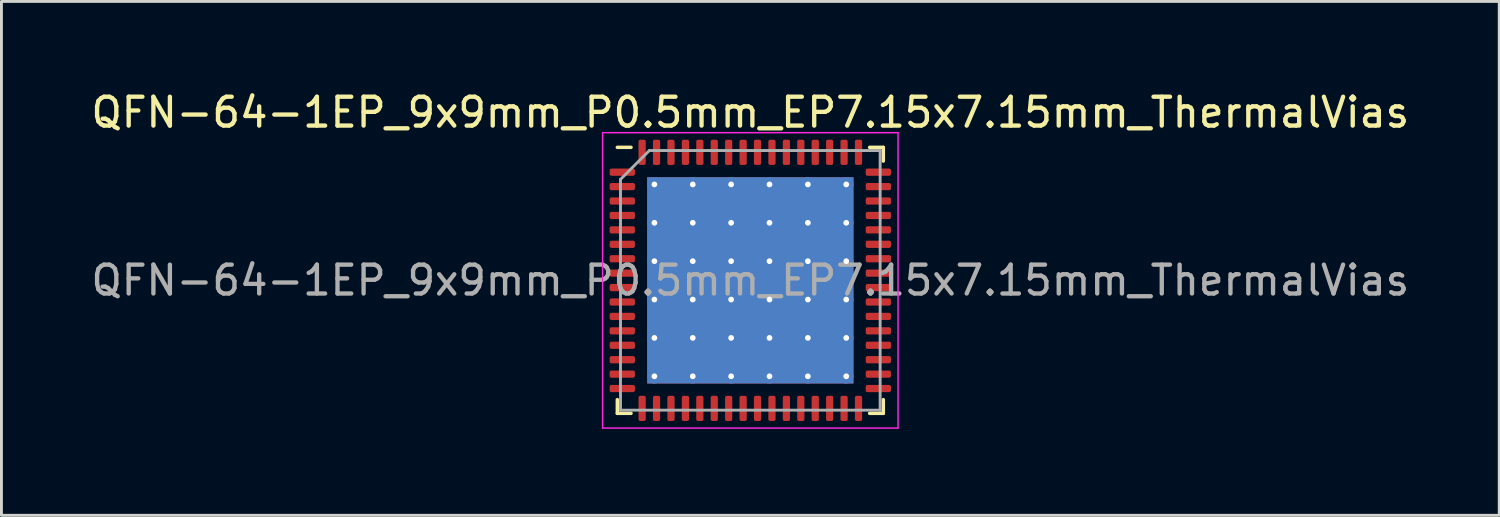
<source format=kicad_pcb>
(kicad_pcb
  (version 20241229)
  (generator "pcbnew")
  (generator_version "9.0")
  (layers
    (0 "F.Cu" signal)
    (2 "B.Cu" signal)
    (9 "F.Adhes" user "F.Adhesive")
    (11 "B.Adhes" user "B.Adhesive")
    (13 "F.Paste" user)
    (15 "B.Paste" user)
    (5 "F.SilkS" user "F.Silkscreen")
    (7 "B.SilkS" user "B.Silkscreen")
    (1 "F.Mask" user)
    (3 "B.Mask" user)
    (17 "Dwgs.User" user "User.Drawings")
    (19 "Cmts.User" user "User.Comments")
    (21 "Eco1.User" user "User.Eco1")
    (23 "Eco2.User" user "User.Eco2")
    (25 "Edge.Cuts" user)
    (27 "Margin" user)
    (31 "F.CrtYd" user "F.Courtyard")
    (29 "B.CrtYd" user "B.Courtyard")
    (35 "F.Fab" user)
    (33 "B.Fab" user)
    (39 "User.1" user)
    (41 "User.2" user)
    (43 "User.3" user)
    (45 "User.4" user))
  (footprint "QFN-64-1EP_9x9mm_P0.5mm_EP7.15x7.15mm_ThermalVias"
    (layer "F.Cu")
    (at 22.958 6.668)
    (property "Reference" "QFN-64-1EP_9x9mm_P0.5mm_EP7.15x7.15mm_ThermalVias" (at 0 -5.82 0) (layer "F.SilkS") (effects (font (size 1 1) (thickness 0.15))))
    (attr smd)
    (fp_line (start -4.61 4.61) (end -4.61 4.135) (stroke (width 0.12) (type solid)) (layer "F.SilkS"))
    (fp_line (start -4.135 -4.61) (end -4.61 -4.61) (stroke (width 0.12) (type solid)) (layer "F.SilkS"))
    (fp_line (start -4.135 4.61) (end -4.61 4.61) (stroke (width 0.12) (type solid)) (layer "F.SilkS"))
    (fp_line (start 4.135 -4.61) (end 4.61 -4.61) (stroke (width 0.12) (type solid)) (layer "F.SilkS"))
    (fp_line (start 4.135 4.61) (end 4.61 4.61) (stroke (width 0.12) (type solid)) (layer "F.SilkS"))
    (fp_line (start 4.61 -4.61) (end 4.61 -4.135) (stroke (width 0.12) (type solid)) (layer "F.SilkS"))
    (fp_line (start 4.61 4.61) (end 4.61 4.135) (stroke (width 0.12) (type solid)) (layer "F.SilkS"))
    (fp_line (start -5.12 -5.12) (end -5.12 5.12) (stroke (width 0.05) (type solid)) (layer "F.CrtYd"))
    (fp_line (start -5.12 5.12) (end 5.12 5.12) (stroke (width 0.05) (type solid)) (layer "F.CrtYd"))
    (fp_line (start 5.12 -5.12) (end -5.12 -5.12) (stroke (width 0.05) (type solid)) (layer "F.CrtYd"))
    (fp_line (start 5.12 5.12) (end 5.12 -5.12) (stroke (width 0.05) (type solid)) (layer "F.CrtYd"))
    (fp_line (start -4.5 -3.5) (end -3.5 -4.5) (stroke (width 0.1) (type solid)) (layer "F.Fab"))
    (fp_line (start -4.5 4.5) (end -4.5 -3.5) (stroke (width 0.1) (type solid)) (layer "F.Fab"))
    (fp_line (start -3.5 -4.5) (end 4.5 -4.5) (stroke (width 0.1) (type solid)) (layer "F.Fab"))
    (fp_line (start 4.5 -4.5) (end 4.5 4.5) (stroke (width 0.1) (type solid)) (layer "F.Fab"))
    (fp_line (start 4.5 4.5) (end -4.5 4.5) (stroke (width 0.1) (type solid)) (layer "F.Fab"))
    (fp_text user "${REFERENCE}" (at 0 0 0) (layer "F.Fab") (effects (font (size 1 1) (thickness 0.15))))
    (pad "" smd roundrect (at -2.66 -2.66) (size 1.153 1.153) (layers "F.Paste") (roundrect_rratio 0.217))
    (pad "" smd roundrect (at -2.66 -1.33) (size 1.153 1.153) (layers "F.Paste") (roundrect_rratio 0.217))
    (pad "" smd roundrect (at -2.66 0) (size 1.153 1.153) (layers "F.Paste") (roundrect_rratio 0.217))
    (pad "" smd roundrect (at -2.66 1.33) (size 1.153 1.153) (layers "F.Paste") (roundrect_rratio 0.217))
    (pad "" smd roundrect (at -2.66 2.66) (size 1.153 1.153) (layers "F.Paste") (roundrect_rratio 0.217))
    (pad "" smd roundrect (at -1.33 -2.66) (size 1.153 1.153) (layers "F.Paste") (roundrect_rratio 0.217))
    (pad "" smd roundrect (at -1.33 -1.33) (size 1.153 1.153) (layers "F.Paste") (roundrect_rratio 0.217))
    (pad "" smd roundrect (at -1.33 0) (size 1.153 1.153) (layers "F.Paste") (roundrect_rratio 0.217))
    (pad "" smd roundrect (at -1.33 1.33) (size 1.153 1.153) (layers "F.Paste") (roundrect_rratio 0.217))
    (pad "" smd roundrect (at -1.33 2.66) (size 1.153 1.153) (layers "F.Paste") (roundrect_rratio 0.217))
    (pad "" smd roundrect (at 0 -2.66) (size 1.153 1.153) (layers "F.Paste") (roundrect_rratio 0.217))
    (pad "" smd roundrect (at 0 -1.33) (size 1.153 1.153) (layers "F.Paste") (roundrect_rratio 0.217))
    (pad "" smd roundrect (at 0 0) (size 1.153 1.153) (layers "F.Paste") (roundrect_rratio 0.217))
    (pad "" smd roundrect (at 0 1.33) (size 1.153 1.153) (layers "F.Paste") (roundrect_rratio 0.217))
    (pad "" smd roundrect (at 0 2.66) (size 1.153 1.153) (layers "F.Paste") (roundrect_rratio 0.217))
    (pad "" smd roundrect (at 1.33 -2.66) (size 1.153 1.153) (layers "F.Paste") (roundrect_rratio 0.217))
    (pad "" smd roundrect (at 1.33 -1.33) (size 1.153 1.153) (layers "F.Paste") (roundrect_rratio 0.217))
    (pad "" smd roundrect (at 1.33 0) (size 1.153 1.153) (layers "F.Paste") (roundrect_rratio 0.217))
    (pad "" smd roundrect (at 1.33 1.33) (size 1.153 1.153) (layers "F.Paste") (roundrect_rratio 0.217))
    (pad "" smd roundrect (at 1.33 2.66) (size 1.153 1.153) (layers "F.Paste") (roundrect_rratio 0.217))
    (pad "" smd roundrect (at 2.66 -2.66) (size 1.153 1.153) (layers "F.Paste") (roundrect_rratio 0.217))
    (pad "" smd roundrect (at 2.66 -1.33) (size 1.153 1.153) (layers "F.Paste") (roundrect_rratio 0.217))
    (pad "" smd roundrect (at 2.66 0) (size 1.153 1.153) (layers "F.Paste") (roundrect_rratio 0.217))
    (pad "" smd roundrect (at 2.66 1.33) (size 1.153 1.153) (layers "F.Paste") (roundrect_rratio 0.217))
    (pad "" smd roundrect (at 2.66 2.66) (size 1.153 1.153) (layers "F.Paste") (roundrect_rratio 0.217))
    (pad "1" smd roundrect (at -4.438 -3.75) (size 0.875 0.25) (layers "F.Cu" "F.Mask" "F.Paste") (roundrect_rratio 0.25))
    (pad "2" smd roundrect (at -4.438 -3.25) (size 0.875 0.25) (layers "F.Cu" "F.Mask" "F.Paste") (roundrect_rratio 0.25))
    (pad "3" smd roundrect (at -4.438 -2.75) (size 0.875 0.25) (layers "F.Cu" "F.Mask" "F.Paste") (roundrect_rratio 0.25))
    (pad "4" smd roundrect (at -4.438 -2.25) (size 0.875 0.25) (layers "F.Cu" "F.Mask" "F.Paste") (roundrect_rratio 0.25))
    (pad "5" smd roundrect (at -4.438 -1.75) (size 0.875 0.25) (layers "F.Cu" "F.Mask" "F.Paste") (roundrect_rratio 0.25))
    (pad "6" smd roundrect (at -4.438 -1.25) (size 0.875 0.25) (layers "F.Cu" "F.Mask" "F.Paste") (roundrect_rratio 0.25))
    (pad "7" smd roundrect (at -4.438 -0.75) (size 0.875 0.25) (layers "F.Cu" "F.Mask" "F.Paste") (roundrect_rratio 0.25))
    (pad "8" smd roundrect (at -4.438 -0.25) (size 0.875 0.25) (layers "F.Cu" "F.Mask" "F.Paste") (roundrect_rratio 0.25))
    (pad "9" smd roundrect (at -4.438 0.25) (size 0.875 0.25) (layers "F.Cu" "F.Mask" "F.Paste") (roundrect_rratio 0.25))
    (pad "10" smd roundrect (at -4.438 0.75) (size 0.875 0.25) (layers "F.Cu" "F.Mask" "F.Paste") (roundrect_rratio 0.25))
    (pad "11" smd roundrect (at -4.438 1.25) (size 0.875 0.25) (layers "F.Cu" "F.Mask" "F.Paste") (roundrect_rratio 0.25))
    (pad "12" smd roundrect (at -4.438 1.75) (size 0.875 0.25) (layers "F.Cu" "F.Mask" "F.Paste") (roundrect_rratio 0.25))
    (pad "13" smd roundrect (at -4.438 2.25) (size 0.875 0.25) (layers "F.Cu" "F.Mask" "F.Paste") (roundrect_rratio 0.25))
    (pad "14" smd roundrect (at -4.438 2.75) (size 0.875 0.25) (layers "F.Cu" "F.Mask" "F.Paste") (roundrect_rratio 0.25))
    (pad "15" smd roundrect (at -4.438 3.25) (size 0.875 0.25) (layers "F.Cu" "F.Mask" "F.Paste") (roundrect_rratio 0.25))
    (pad "16" smd roundrect (at -4.438 3.75) (size 0.875 0.25) (layers "F.Cu" "F.Mask" "F.Paste") (roundrect_rratio 0.25))
    (pad "17" smd roundrect (at -3.75 4.438) (size 0.25 0.875) (layers "F.Cu" "F.Mask" "F.Paste") (roundrect_rratio 0.25))
    (pad "18" smd roundrect (at -3.25 4.438) (size 0.25 0.875) (layers "F.Cu" "F.Mask" "F.Paste") (roundrect_rratio 0.25))
    (pad "19" smd roundrect (at -2.75 4.438) (size 0.25 0.875) (layers "F.Cu" "F.Mask" "F.Paste") (roundrect_rratio 0.25))
    (pad "20" smd roundrect (at -2.25 4.438) (size 0.25 0.875) (layers "F.Cu" "F.Mask" "F.Paste") (roundrect_rratio 0.25))
    (pad "21" smd roundrect (at -1.75 4.438) (size 0.25 0.875) (layers "F.Cu" "F.Mask" "F.Paste") (roundrect_rratio 0.25))
    (pad "22" smd roundrect (at -1.25 4.438) (size 0.25 0.875) (layers "F.Cu" "F.Mask" "F.Paste") (roundrect_rratio 0.25))
    (pad "23" smd roundrect (at -0.75 4.438) (size 0.25 0.875) (layers "F.Cu" "F.Mask" "F.Paste") (roundrect_rratio 0.25))
    (pad "24" smd roundrect (at -0.25 4.438) (size 0.25 0.875) (layers "F.Cu" "F.Mask" "F.Paste") (roundrect_rratio 0.25))
    (pad "25" smd roundrect (at 0.25 4.438) (size 0.25 0.875) (layers "F.Cu" "F.Mask" "F.Paste") (roundrect_rratio 0.25))
    (pad "26" smd roundrect (at 0.75 4.438) (size 0.25 0.875) (layers "F.Cu" "F.Mask" "F.Paste") (roundrect_rratio 0.25))
    (pad "27" smd roundrect (at 1.25 4.438) (size 0.25 0.875) (layers "F.Cu" "F.Mask" "F.Paste") (roundrect_rratio 0.25))
    (pad "28" smd roundrect (at 1.75 4.438) (size 0.25 0.875) (layers "F.Cu" "F.Mask" "F.Paste") (roundrect_rratio 0.25))
    (pad "29" smd roundrect (at 2.25 4.438) (size 0.25 0.875) (layers "F.Cu" "F.Mask" "F.Paste") (roundrect_rratio 0.25))
    (pad "30" smd roundrect (at 2.75 4.438) (size 0.25 0.875) (layers "F.Cu" "F.Mask" "F.Paste") (roundrect_rratio 0.25))
    (pad "31" smd roundrect (at 3.25 4.438) (size 0.25 0.875) (layers "F.Cu" "F.Mask" "F.Paste") (roundrect_rratio 0.25))
    (pad "32" smd roundrect (at 3.75 4.438) (size 0.25 0.875) (layers "F.Cu" "F.Mask" "F.Paste") (roundrect_rratio 0.25))
    (pad "33" smd roundrect (at 4.438 3.75) (size 0.875 0.25) (layers "F.Cu" "F.Mask" "F.Paste") (roundrect_rratio 0.25))
    (pad "34" smd roundrect (at 4.438 3.25) (size 0.875 0.25) (layers "F.Cu" "F.Mask" "F.Paste") (roundrect_rratio 0.25))
    (pad "35" smd roundrect (at 4.438 2.75) (size 0.875 0.25) (layers "F.Cu" "F.Mask" "F.Paste") (roundrect_rratio 0.25))
    (pad "36" smd roundrect (at 4.438 2.25) (size 0.875 0.25) (layers "F.Cu" "F.Mask" "F.Paste") (roundrect_rratio 0.25))
    (pad "37" smd roundrect (at 4.438 1.75) (size 0.875 0.25) (layers "F.Cu" "F.Mask" "F.Paste") (roundrect_rratio 0.25))
    (pad "38" smd roundrect (at 4.438 1.25) (size 0.875 0.25) (layers "F.Cu" "F.Mask" "F.Paste") (roundrect_rratio 0.25))
    (pad "39" smd roundrect (at 4.438 0.75) (size 0.875 0.25) (layers "F.Cu" "F.Mask" "F.Paste") (roundrect_rratio 0.25))
    (pad "40" smd roundrect (at 4.438 0.25) (size 0.875 0.25) (layers "F.Cu" "F.Mask" "F.Paste") (roundrect_rratio 0.25))
    (pad "41" smd roundrect (at 4.438 -0.25) (size 0.875 0.25) (layers "F.Cu" "F.Mask" "F.Paste") (roundrect_rratio 0.25))
    (pad "42" smd roundrect (at 4.438 -0.75) (size 0.875 0.25) (layers "F.Cu" "F.Mask" "F.Paste") (roundrect_rratio 0.25))
    (pad "43" smd roundrect (at 4.438 -1.25) (size 0.875 0.25) (layers "F.Cu" "F.Mask" "F.Paste") (roundrect_rratio 0.25))
    (pad "44" smd roundrect (at 4.438 -1.75) (size 0.875 0.25) (layers "F.Cu" "F.Mask" "F.Paste") (roundrect_rratio 0.25))
    (pad "45" smd roundrect (at 4.438 -2.25) (size 0.875 0.25) (layers "F.Cu" "F.Mask" "F.Paste") (roundrect_rratio 0.25))
    (pad "46" smd roundrect (at 4.438 -2.75) (size 0.875 0.25) (layers "F.Cu" "F.Mask" "F.Paste") (roundrect_rratio 0.25))
    (pad "47" smd roundrect (at 4.438 -3.25) (size 0.875 0.25) (layers "F.Cu" "F.Mask" "F.Paste") (roundrect_rratio 0.25))
    (pad "48" smd roundrect (at 4.438 -3.75) (size 0.875 0.25) (layers "F.Cu" "F.Mask" "F.Paste") (roundrect_rratio 0.25))
    (pad "49" smd roundrect (at 3.75 -4.438) (size 0.25 0.875) (layers "F.Cu" "F.Mask" "F.Paste") (roundrect_rratio 0.25))
    (pad "50" smd roundrect (at 3.25 -4.438) (size 0.25 0.875) (layers "F.Cu" "F.Mask" "F.Paste") (roundrect_rratio 0.25))
    (pad "51" smd roundrect (at 2.75 -4.438) (size 0.25 0.875) (layers "F.Cu" "F.Mask" "F.Paste") (roundrect_rratio 0.25))
    (pad "52" smd roundrect (at 2.25 -4.438) (size 0.25 0.875) (layers "F.Cu" "F.Mask" "F.Paste") (roundrect_rratio 0.25))
    (pad "53" smd roundrect (at 1.75 -4.438) (size 0.25 0.875) (layers "F.Cu" "F.Mask" "F.Paste") (roundrect_rratio 0.25))
    (pad "54" smd roundrect (at 1.25 -4.438) (size 0.25 0.875) (layers "F.Cu" "F.Mask" "F.Paste") (roundrect_rratio 0.25))
    (pad "55" smd roundrect (at 0.75 -4.438) (size 0.25 0.875) (layers "F.Cu" "F.Mask" "F.Paste") (roundrect_rratio 0.25))
    (pad "56" smd roundrect (at 0.25 -4.438) (size 0.25 0.875) (layers "F.Cu" "F.Mask" "F.Paste") (roundrect_rratio 0.25))
    (pad "57" smd roundrect (at -0.25 -4.438) (size 0.25 0.875) (layers "F.Cu" "F.Mask" "F.Paste") (roundrect_rratio 0.25))
    (pad "58" smd roundrect (at -0.75 -4.438) (size 0.25 0.875) (layers "F.Cu" "F.Mask" "F.Paste") (roundrect_rratio 0.25))
    (pad "59" smd roundrect (at -1.25 -4.438) (size 0.25 0.875) (layers "F.Cu" "F.Mask" "F.Paste") (roundrect_rratio 0.25))
    (pad "60" smd roundrect (at -1.75 -4.438) (size 0.25 0.875) (layers "F.Cu" "F.Mask" "F.Paste") (roundrect_rratio 0.25))
    (pad "61" smd roundrect (at -2.25 -4.438) (size 0.25 0.875) (layers "F.Cu" "F.Mask" "F.Paste") (roundrect_rratio 0.25))
    (pad "62" smd roundrect (at -2.75 -4.438) (size 0.25 0.875) (layers "F.Cu" "F.Mask" "F.Paste") (roundrect_rratio 0.25))
    (pad "63" smd roundrect (at -3.25 -4.438) (size 0.25 0.875) (layers "F.Cu" "F.Mask" "F.Paste") (roundrect_rratio 0.25))
    (pad "64" smd roundrect (at -3.75 -4.438) (size 0.25 0.875) (layers "F.Cu" "F.Mask" "F.Paste") (roundrect_rratio 0.25))
    (pad "65" thru_hole circle (at -3.325 -3.325) (size 0.5 0.5) (drill 0.2) (layers "*.Cu"))
    (pad "65" thru_hole circle (at -3.325 -1.995) (size 0.5 0.5) (drill 0.2) (layers "*.Cu"))
    (pad "65" thru_hole circle (at -3.325 -0.665) (size 0.5 0.5) (drill 0.2) (layers "*.Cu"))
    (pad "65" thru_hole circle (at -3.325 0.665) (size 0.5 0.5) (drill 0.2) (layers "*.Cu"))
    (pad "65" thru_hole circle (at -3.325 1.995) (size 0.5 0.5) (drill 0.2) (layers "*.Cu"))
    (pad "65" thru_hole circle (at -3.325 3.325) (size 0.5 0.5) (drill 0.2) (layers "*.Cu"))
    (pad "65" thru_hole circle (at -1.995 -3.325) (size 0.5 0.5) (drill 0.2) (layers "*.Cu"))
    (pad "65" thru_hole circle (at -1.995 -1.995) (size 0.5 0.5) (drill 0.2) (layers "*.Cu"))
    (pad "65" thru_hole circle (at -1.995 -0.665) (size 0.5 0.5) (drill 0.2) (layers "*.Cu"))
    (pad "65" thru_hole circle (at -1.995 0.665) (size 0.5 0.5) (drill 0.2) (layers "*.Cu"))
    (pad "65" thru_hole circle (at -1.995 1.995) (size 0.5 0.5) (drill 0.2) (layers "*.Cu"))
    (pad "65" thru_hole circle (at -1.995 3.325) (size 0.5 0.5) (drill 0.2) (layers "*.Cu"))
    (pad "65" thru_hole circle (at -0.665 -3.325) (size 0.5 0.5) (drill 0.2) (layers "*.Cu"))
    (pad "65" thru_hole circle (at -0.665 -1.995) (size 0.5 0.5) (drill 0.2) (layers "*.Cu"))
    (pad "65" thru_hole circle (at -0.665 -0.665) (size 0.5 0.5) (drill 0.2) (layers "*.Cu"))
    (pad "65" thru_hole circle (at -0.665 0.665) (size 0.5 0.5) (drill 0.2) (layers "*.Cu"))
    (pad "65" thru_hole circle (at -0.665 1.995) (size 0.5 0.5) (drill 0.2) (layers "*.Cu"))
    (pad "65" thru_hole circle (at -0.665 3.325) (size 0.5 0.5) (drill 0.2) (layers "*.Cu"))
    (pad "65" smd rect (at 0 0) (size 7.15 7.15) (layers "F.Cu" "F.Mask"))
    (pad "65" smd rect (at 0 0) (size 7.15 7.15) (layers "B.Cu"))
    (pad "65" thru_hole circle (at 0.665 -3.325) (size 0.5 0.5) (drill 0.2) (layers "*.Cu"))
    (pad "65" thru_hole circle (at 0.665 -1.995) (size 0.5 0.5) (drill 0.2) (layers "*.Cu"))
    (pad "65" thru_hole circle (at 0.665 -0.665) (size 0.5 0.5) (drill 0.2) (layers "*.Cu"))
    (pad "65" thru_hole circle (at 0.665 0.665) (size 0.5 0.5) (drill 0.2) (layers "*.Cu"))
    (pad "65" thru_hole circle (at 0.665 1.995) (size 0.5 0.5) (drill 0.2) (layers "*.Cu"))
    (pad "65" thru_hole circle (at 0.665 3.325) (size 0.5 0.5) (drill 0.2) (layers "*.Cu"))
    (pad "65" thru_hole circle (at 1.995 -3.325) (size 0.5 0.5) (drill 0.2) (layers "*.Cu"))
    (pad "65" thru_hole circle (at 1.995 -1.995) (size 0.5 0.5) (drill 0.2) (layers "*.Cu"))
    (pad "65" thru_hole circle (at 1.995 -0.665) (size 0.5 0.5) (drill 0.2) (layers "*.Cu"))
    (pad "65" thru_hole circle (at 1.995 0.665) (size 0.5 0.5) (drill 0.2) (layers "*.Cu"))
    (pad "65" thru_hole circle (at 1.995 1.995) (size 0.5 0.5) (drill 0.2) (layers "*.Cu"))
    (pad "65" thru_hole circle (at 1.995 3.325) (size 0.5 0.5) (drill 0.2) (layers "*.Cu"))
    (pad "65" thru_hole circle (at 3.325 -3.325) (size 0.5 0.5) (drill 0.2) (layers "*.Cu"))
    (pad "65" thru_hole circle (at 3.325 -1.995) (size 0.5 0.5) (drill 0.2) (layers "*.Cu"))
    (pad "65" thru_hole circle (at 3.325 -0.665) (size 0.5 0.5) (drill 0.2) (layers "*.Cu"))
    (pad "65" thru_hole circle (at 3.325 0.665) (size 0.5 0.5) (drill 0.2) (layers "*.Cu"))
    (pad "65" thru_hole circle (at 3.325 1.995) (size 0.5 0.5) (drill 0.2) (layers "*.Cu"))
    (pad "65" thru_hole circle (at 3.325 3.325) (size 0.5 0.5) (drill 0.2) (layers "*.Cu")))
  (gr_rect
    (start -3 -3)
    (end 48.917 14.813)
    (stroke (width 0.1) (type default))
    (fill no)
    (layer "Edge.Cuts")))
</source>
